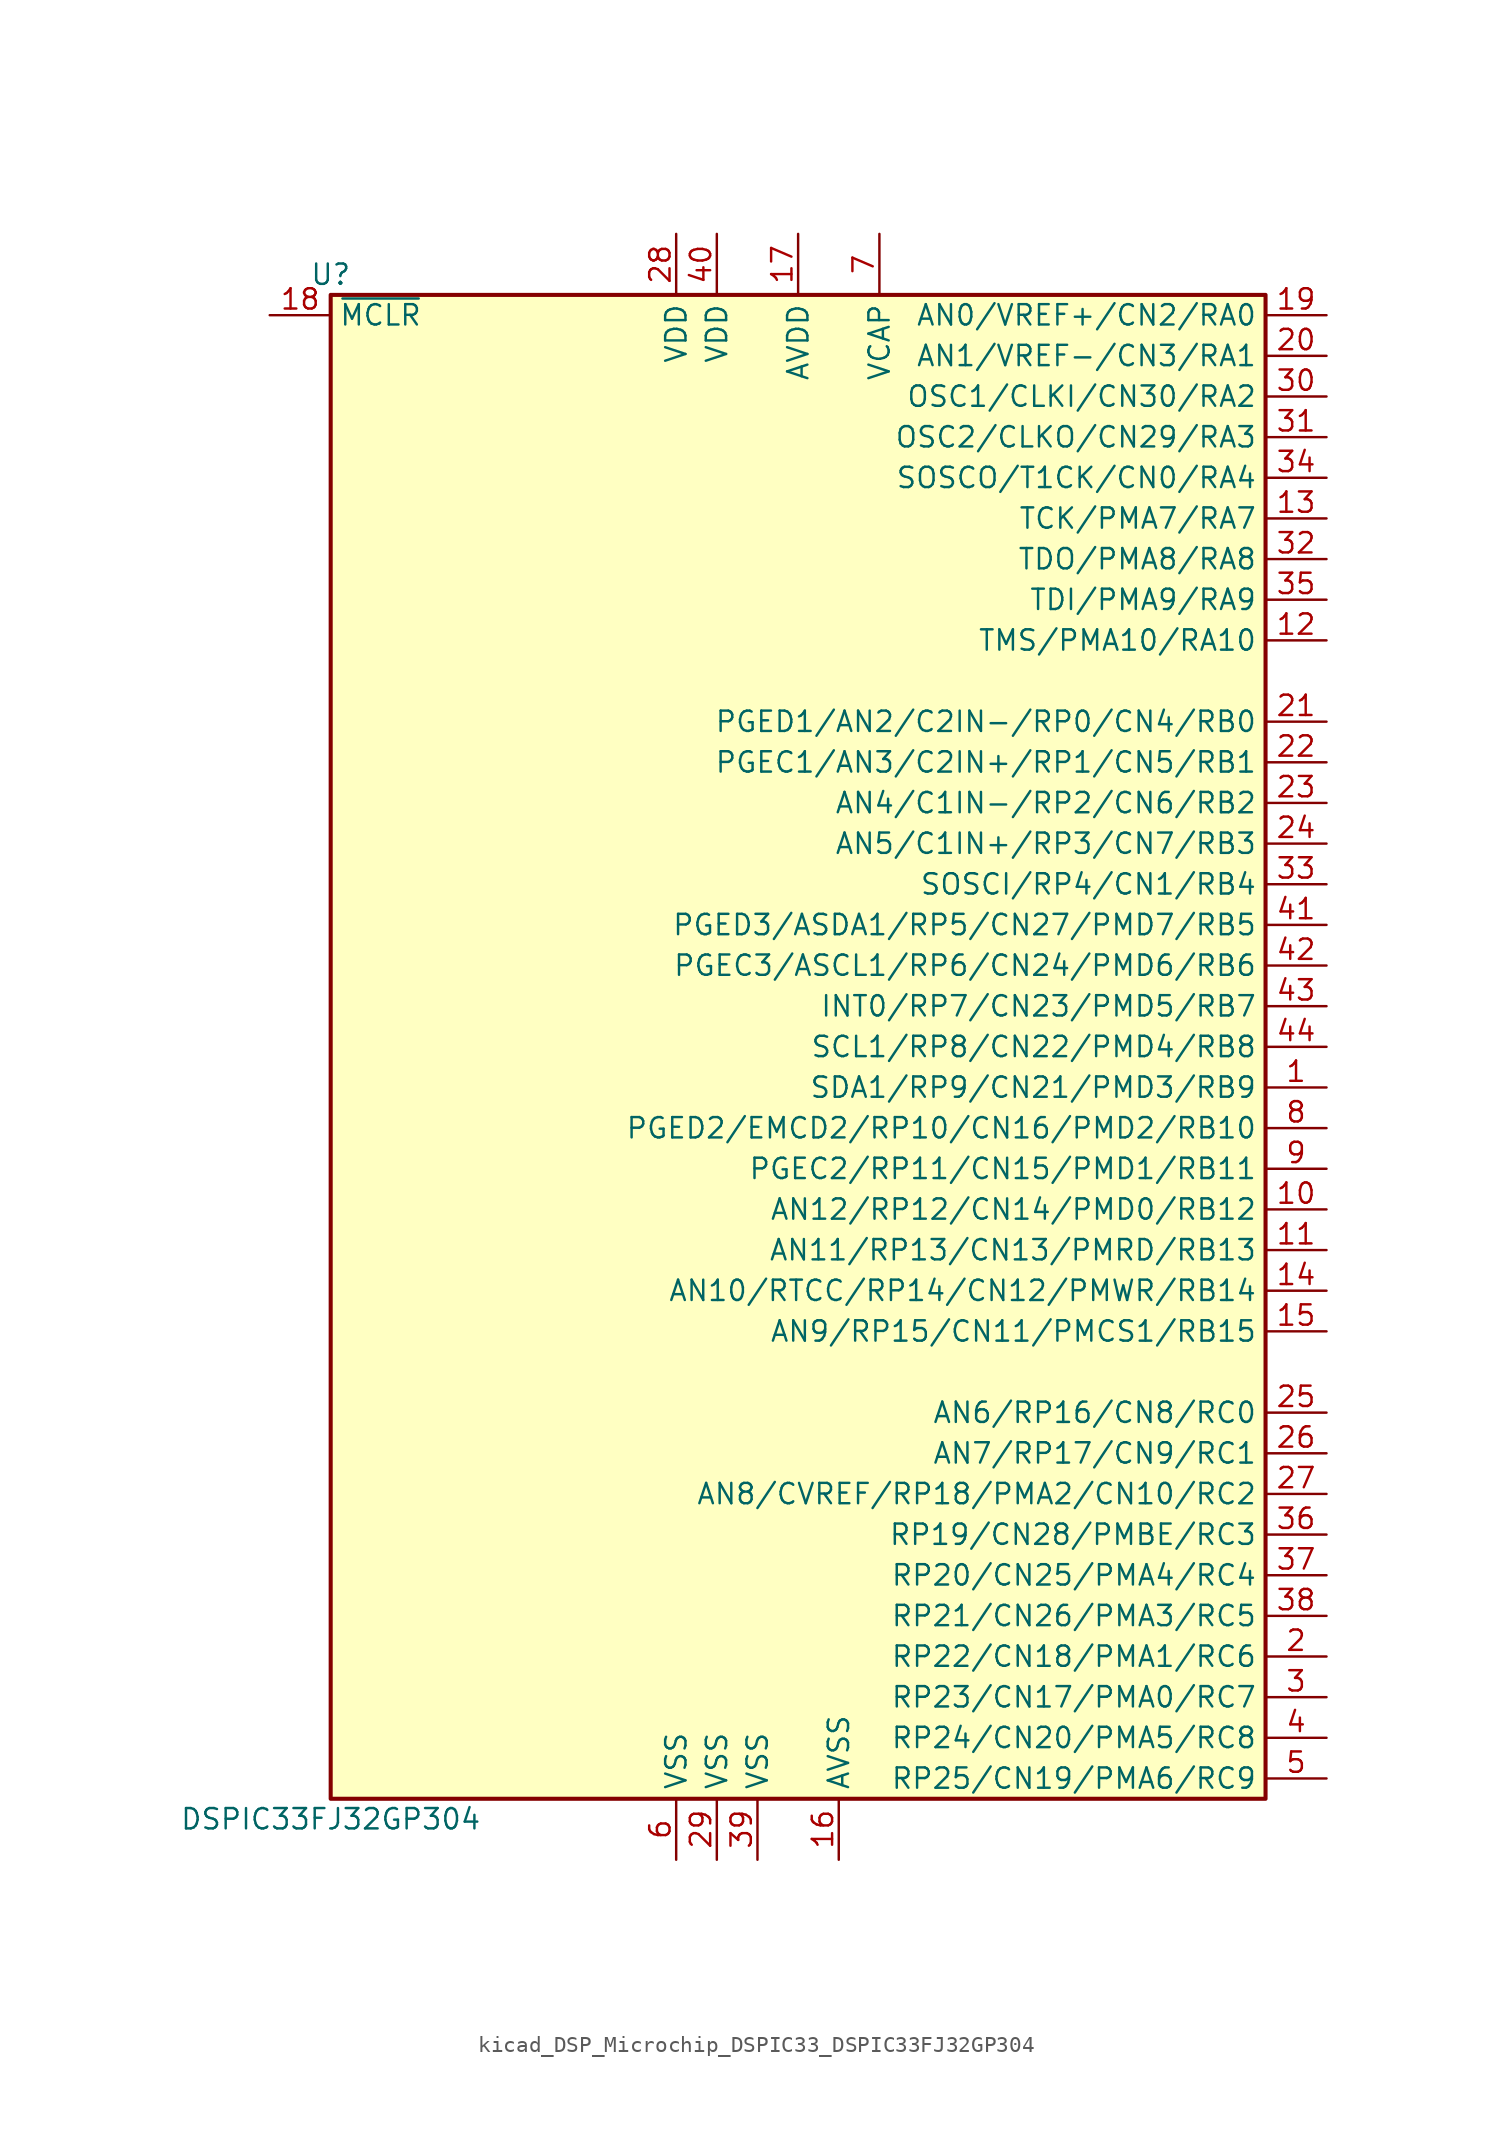
<source format=kicad_sym>
(kicad_symbol_lib
  (version 20220914)
  (generator kicad_symbol_editor)
  (symbol "kicad_DSP_Microchip_DSPIC33_DSPIC33FJ32GP304"
    (property "Reference" "U"
      (at -29.21 48.26 0)
      (effects (font (size 1.27 1.27))))
    (property "Value" "DSPIC33FJ32GP304"
      (at -29.21 -48.26 0)
      (effects (font (size 1.27 1.27))))
    (symbol "kicad_DSP_Microchip_DSPIC33_DSPIC33FJ32GP304_1_1"
      (rectangle (start -29.21 46.99) (end 29.21 -46.99) (stroke (width 0.254) (type default)) (fill (type background)))
      (pin bidirectional line (at 33.02 -2.54 180) (length 3.81) (name "SDA1/RP9/CN21/PMD3/RB9" (effects (font (size 1.27 1.27)))) (number "1" (effects (font (size 1.27 1.27)))))
      (pin bidirectional line (at 33.02 -10.16 180) (length 3.81) (name "AN12/RP12/CN14/PMD0/RB12" (effects (font (size 1.27 1.27)))) (number "10" (effects (font (size 1.27 1.27)))))
      (pin bidirectional line (at 33.02 -12.7 180) (length 3.81) (name "AN11/RP13/CN13/PMRD/RB13" (effects (font (size 1.27 1.27)))) (number "11" (effects (font (size 1.27 1.27)))))
      (pin bidirectional line (at 33.02 25.4 180) (length 3.81) (name "TMS/PMA10/RA10" (effects (font (size 1.27 1.27)))) (number "12" (effects (font (size 1.27 1.27)))))
      (pin bidirectional line (at 33.02 33.02 180) (length 3.81) (name "TCK/PMA7/RA7" (effects (font (size 1.27 1.27)))) (number "13" (effects (font (size 1.27 1.27)))))
      (pin bidirectional line (at 33.02 -15.24 180) (length 3.81) (name "AN10/RTCC/RP14/CN12/PMWR/RB14" (effects (font (size 1.27 1.27)))) (number "14" (effects (font (size 1.27 1.27)))))
      (pin bidirectional line (at 33.02 -17.78 180) (length 3.81) (name "AN9/RP15/CN11/PMCS1/RB15" (effects (font (size 1.27 1.27)))) (number "15" (effects (font (size 1.27 1.27)))))
      (pin power_in line (at 2.54 -50.8 90) (length 3.81) (name "AVSS" (effects (font (size 1.27 1.27)))) (number "16" (effects (font (size 1.27 1.27)))))
      (pin power_in line (at 0 50.8 270) (length 3.81) (name "AVDD" (effects (font (size 1.27 1.27)))) (number "17" (effects (font (size 1.27 1.27)))))
      (pin input line (at -33.02 45.72 0) (length 3.81) (name "~{MCLR}" (effects (font (size 1.27 1.27)))) (number "18" (effects (font (size 1.27 1.27)))))
      (pin bidirectional line (at 33.02 45.72 180) (length 3.81) (name "AN0/VREF+/CN2/RA0" (effects (font (size 1.27 1.27)))) (number "19" (effects (font (size 1.27 1.27)))))
      (pin bidirectional line (at 33.02 -38.1 180) (length 3.81) (name "RP22/CN18/PMA1/RC6" (effects (font (size 1.27 1.27)))) (number "2" (effects (font (size 1.27 1.27)))))
      (pin bidirectional line (at 33.02 43.18 180) (length 3.81) (name "AN1/VREF-/CN3/RA1" (effects (font (size 1.27 1.27)))) (number "20" (effects (font (size 1.27 1.27)))))
      (pin bidirectional line (at 33.02 20.32 180) (length 3.81) (name "PGED1/AN2/C2IN-/RP0/CN4/RB0" (effects (font (size 1.27 1.27)))) (number "21" (effects (font (size 1.27 1.27)))))
      (pin bidirectional line (at 33.02 17.78 180) (length 3.81) (name "PGEC1/AN3/C2IN+/RP1/CN5/RB1" (effects (font (size 1.27 1.27)))) (number "22" (effects (font (size 1.27 1.27)))))
      (pin bidirectional line (at 33.02 15.24 180) (length 3.81) (name "AN4/C1IN-/RP2/CN6/RB2" (effects (font (size 1.27 1.27)))) (number "23" (effects (font (size 1.27 1.27)))))
      (pin bidirectional line (at 33.02 12.7 180) (length 3.81) (name "AN5/C1IN+/RP3/CN7/RB3" (effects (font (size 1.27 1.27)))) (number "24" (effects (font (size 1.27 1.27)))))
      (pin bidirectional line (at 33.02 -22.86 180) (length 3.81) (name "AN6/RP16/CN8/RC0" (effects (font (size 1.27 1.27)))) (number "25" (effects (font (size 1.27 1.27)))))
      (pin bidirectional line (at 33.02 -25.4 180) (length 3.81) (name "AN7/RP17/CN9/RC1" (effects (font (size 1.27 1.27)))) (number "26" (effects (font (size 1.27 1.27)))))
      (pin bidirectional line (at 33.02 -27.94 180) (length 3.81) (name "AN8/CVREF/RP18/PMA2/CN10/RC2" (effects (font (size 1.27 1.27)))) (number "27" (effects (font (size 1.27 1.27)))))
      (pin power_in line (at -7.62 50.8 270) (length 3.81) (name "VDD" (effects (font (size 1.27 1.27)))) (number "28" (effects (font (size 1.27 1.27)))))
      (pin power_in line (at -5.08 -50.8 90) (length 3.81) (name "VSS" (effects (font (size 1.27 1.27)))) (number "29" (effects (font (size 1.27 1.27)))))
      (pin bidirectional line (at 33.02 -40.64 180) (length 3.81) (name "RP23/CN17/PMA0/RC7" (effects (font (size 1.27 1.27)))) (number "3" (effects (font (size 1.27 1.27)))))
      (pin input line (at 33.02 40.64 180) (length 3.81) (name "OSC1/CLKI/CN30/RA2" (effects (font (size 1.27 1.27)))) (number "30" (effects (font (size 1.27 1.27)))))
      (pin input line (at 33.02 38.1 180) (length 3.81) (name "OSC2/CLKO/CN29/RA3" (effects (font (size 1.27 1.27)))) (number "31" (effects (font (size 1.27 1.27)))))
      (pin input line (at 33.02 30.48 180) (length 3.81) (name "TDO/PMA8/RA8" (effects (font (size 1.27 1.27)))) (number "32" (effects (font (size 1.27 1.27)))))
      (pin input line (at 33.02 10.16 180) (length 3.81) (name "SOSCI/RP4/CN1/RB4" (effects (font (size 1.27 1.27)))) (number "33" (effects (font (size 1.27 1.27)))))
      (pin input line (at 33.02 35.56 180) (length 3.81) (name "SOSCO/T1CK/CN0/RA4" (effects (font (size 1.27 1.27)))) (number "34" (effects (font (size 1.27 1.27)))))
      (pin input line (at 33.02 27.94 180) (length 3.81) (name "TDI/PMA9/RA9" (effects (font (size 1.27 1.27)))) (number "35" (effects (font (size 1.27 1.27)))))
      (pin input line (at 33.02 -30.48 180) (length 3.81) (name "RP19/CN28/PMBE/RC3" (effects (font (size 1.27 1.27)))) (number "36" (effects (font (size 1.27 1.27)))))
      (pin input line (at 33.02 -33.02 180) (length 3.81) (name "RP20/CN25/PMA4/RC4" (effects (font (size 1.27 1.27)))) (number "37" (effects (font (size 1.27 1.27)))))
      (pin input line (at 33.02 -35.56 180) (length 3.81) (name "RP21/CN26/PMA3/RC5" (effects (font (size 1.27 1.27)))) (number "38" (effects (font (size 1.27 1.27)))))
      (pin power_in line (at -2.54 -50.8 90) (length 3.81) (name "VSS" (effects (font (size 1.27 1.27)))) (number "39" (effects (font (size 1.27 1.27)))))
      (pin bidirectional line (at 33.02 -43.18 180) (length 3.81) (name "RP24/CN20/PMA5/RC8" (effects (font (size 1.27 1.27)))) (number "4" (effects (font (size 1.27 1.27)))))
      (pin power_in line (at -5.08 50.8 270) (length 3.81) (name "VDD" (effects (font (size 1.27 1.27)))) (number "40" (effects (font (size 1.27 1.27)))))
      (pin input line (at 33.02 7.62 180) (length 3.81) (name "PGED3/ASDA1/RP5/CN27/PMD7/RB5" (effects (font (size 1.27 1.27)))) (number "41" (effects (font (size 1.27 1.27)))))
      (pin input line (at 33.02 5.08 180) (length 3.81) (name "PGEC3/ASCL1/RP6/CN24/PMD6/RB6" (effects (font (size 1.27 1.27)))) (number "42" (effects (font (size 1.27 1.27)))))
      (pin input line (at 33.02 2.54 180) (length 3.81) (name "INT0/RP7/CN23/PMD5/RB7" (effects (font (size 1.27 1.27)))) (number "43" (effects (font (size 1.27 1.27)))))
      (pin input line (at 33.02 0 180) (length 3.81) (name "SCL1/RP8/CN22/PMD4/RB8" (effects (font (size 1.27 1.27)))) (number "44" (effects (font (size 1.27 1.27)))))
      (pin bidirectional line (at 33.02 -45.72 180) (length 3.81) (name "RP25/CN19/PMA6/RC9" (effects (font (size 1.27 1.27)))) (number "5" (effects (font (size 1.27 1.27)))))
      (pin power_in line (at -7.62 -50.8 90) (length 3.81) (name "VSS" (effects (font (size 1.27 1.27)))) (number "6" (effects (font (size 1.27 1.27)))))
      (pin power_in line (at 5.08 50.8 270) (length 3.81) (name "VCAP" (effects (font (size 1.27 1.27)))) (number "7" (effects (font (size 1.27 1.27)))))
      (pin bidirectional line (at 33.02 -5.08 180) (length 3.81) (name "PGED2/EMCD2/RP10/CN16/PMD2/RB10" (effects (font (size 1.27 1.27)))) (number "8" (effects (font (size 1.27 1.27)))))
      (pin bidirectional line (at 33.02 -7.62 180) (length 3.81) (name "PGEC2/RP11/CN15/PMD1/RB11" (effects (font (size 1.27 1.27)))) (number "9" (effects (font (size 1.27 1.27))))))))
</source>
